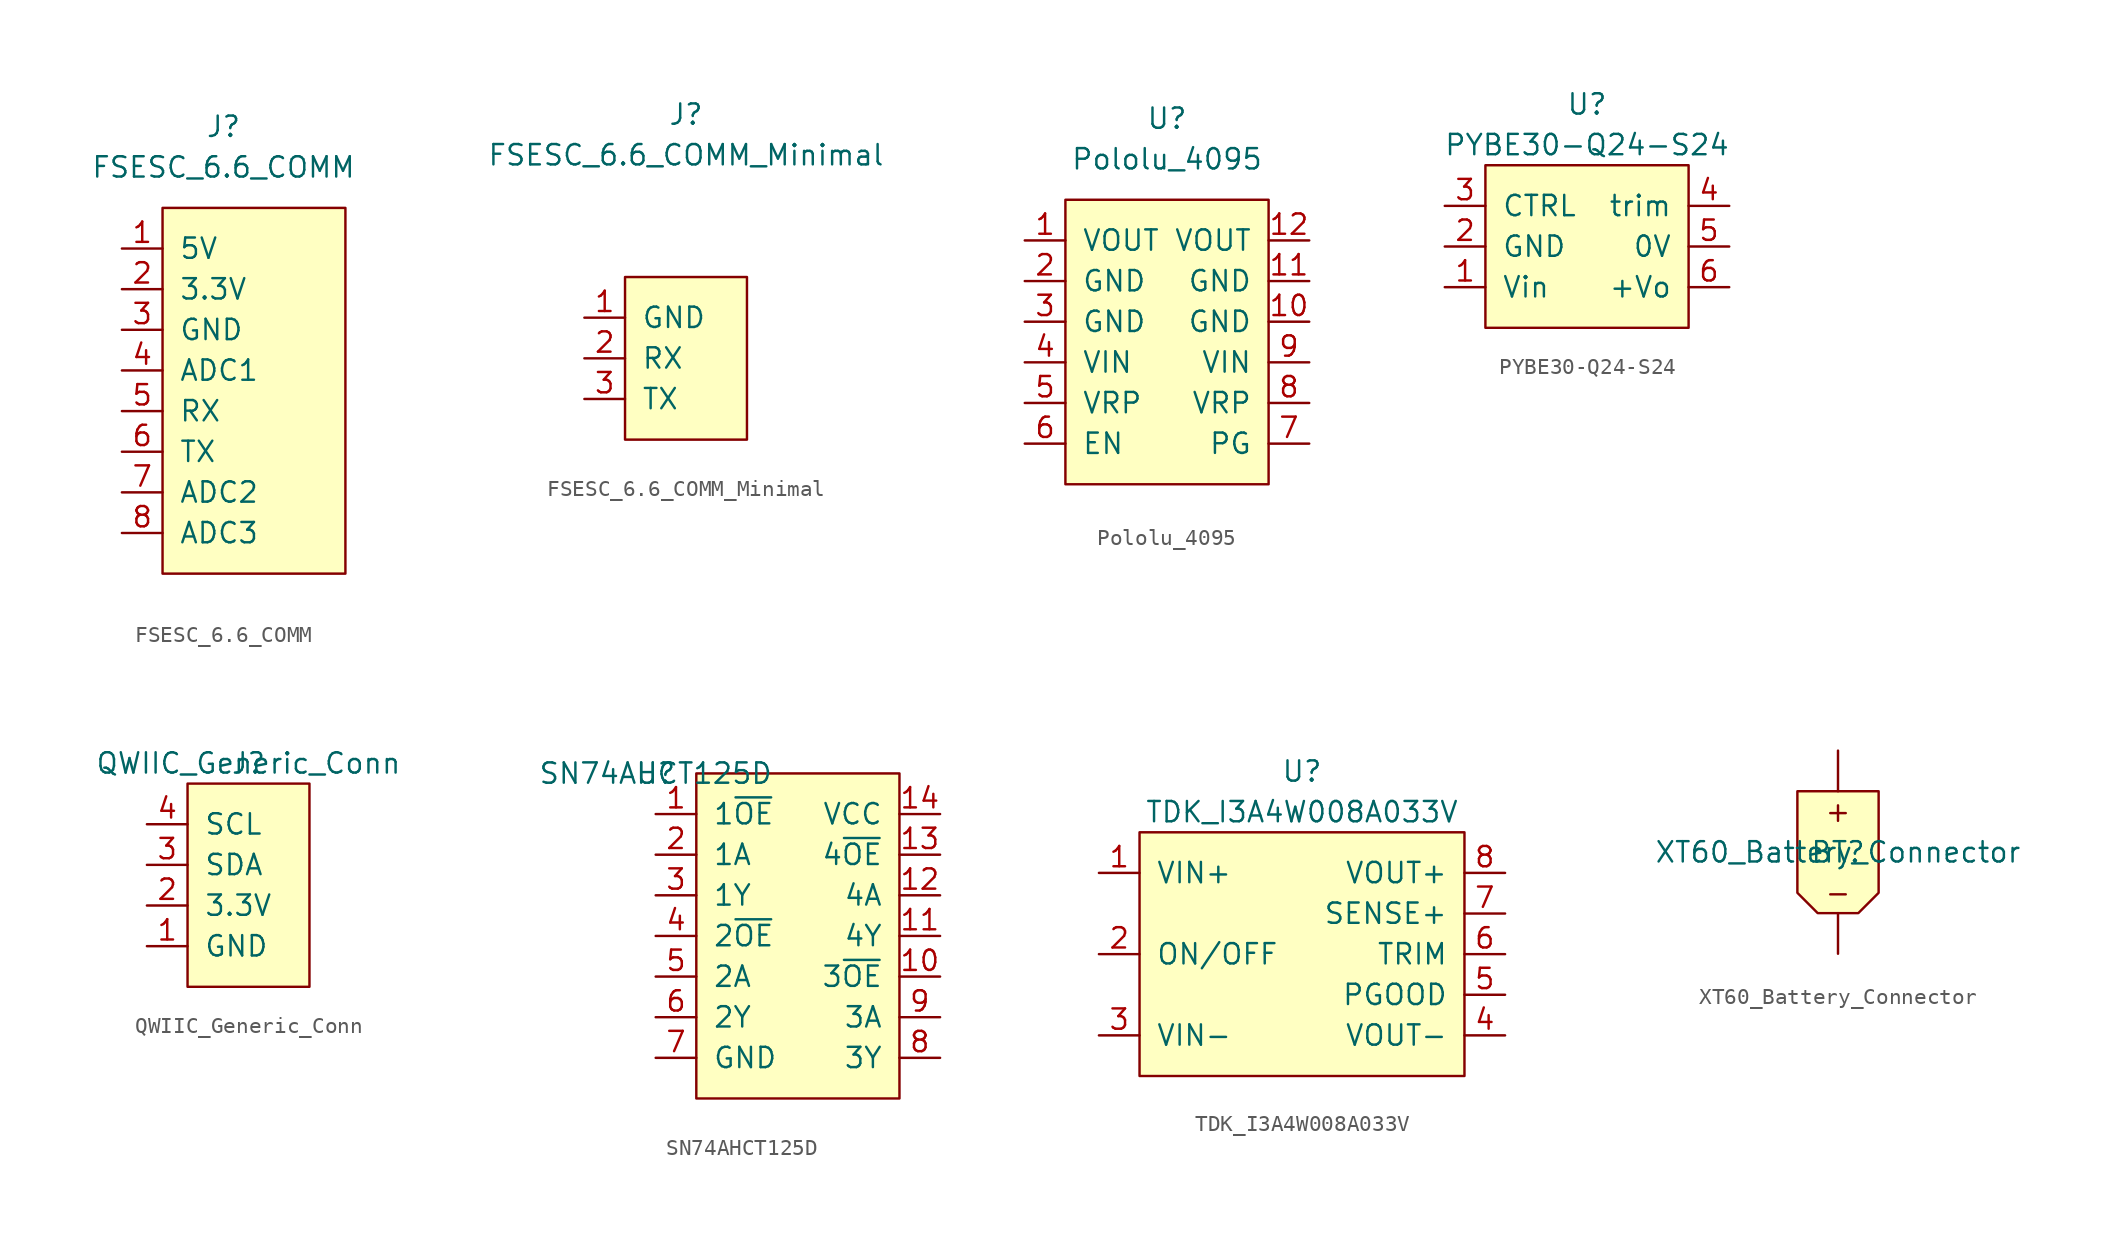
<source format=kicad_sym>
(kicad_symbol_lib
  (version 20211014)
  (generator kicad_symbol_editor)
  (symbol "FSESC_6.6_COMM"
    (pin_names
      (offset 1.016))
    (property "Reference" "J"
      (at 0 16.51 0)
      (effects (font (size 1.27 1.27))))
    (property "Value" "FSESC_6.6_COMM"
      (at 0 13.97 0)
      (effects (font (size 1.27 1.27))))
    (symbol "FSESC_6.6_COMM_0_1"
      (rectangle (start -3.81 11.43) (end 7.62 -11.43) (stroke (width 0) (type default) (color 0 0 0 0)) (fill (type background))))
    (symbol "FSESC_6.6_COMM_1_1"
      (pin input line (at -6.35 8.89 0) (length 2.54) (name "5V" (effects (font (size 1.27 1.27)))) (number "1" (effects (font (size 1.27 1.27)))))
      (pin input line (at -6.35 6.35 0) (length 2.54) (name "3.3V" (effects (font (size 1.27 1.27)))) (number "2" (effects (font (size 1.27 1.27)))))
      (pin input line (at -6.35 3.81 0) (length 2.54) (name "GND" (effects (font (size 1.27 1.27)))) (number "3" (effects (font (size 1.27 1.27)))))
      (pin input line (at -6.35 1.27 0) (length 2.54) (name "ADC1" (effects (font (size 1.27 1.27)))) (number "4" (effects (font (size 1.27 1.27)))))
      (pin input line (at -6.35 -1.27 0) (length 2.54) (name "RX" (effects (font (size 1.27 1.27)))) (number "5" (effects (font (size 1.27 1.27)))))
      (pin input line (at -6.35 -3.81 0) (length 2.54) (name "TX" (effects (font (size 1.27 1.27)))) (number "6" (effects (font (size 1.27 1.27)))))
      (pin input line (at -6.35 -6.35 0) (length 2.54) (name "ADC2" (effects (font (size 1.27 1.27)))) (number "7" (effects (font (size 1.27 1.27)))))
      (pin input line (at -6.35 -8.89 0) (length 2.54) (name "ADC3" (effects (font (size 1.27 1.27)))) (number "8" (effects (font (size 1.27 1.27)))))))
  (symbol "FSESC_6.6_COMM_Minimal"
    (pin_names
      (offset 1.016))
    (property "Reference" "J"
      (at 0 16.51 0)
      (effects (font (size 1.27 1.27))))
    (property "Value" "FSESC_6.6_COMM_Minimal"
      (at 0 13.97 0)
      (effects (font (size 1.27 1.27))))
    (symbol "FSESC_6.6_COMM_Minimal_0_1"
      (rectangle (start -3.81 6.35) (end 3.81 -3.81) (stroke (width 0) (type default) (color 0 0 0 0)) (fill (type background))))
    (symbol "FSESC_6.6_COMM_Minimal_1_1"
      (pin input line (at -6.35 3.81 0) (length 2.54) (name "GND" (effects (font (size 1.27 1.27)))) (number "1" (effects (font (size 1.27 1.27)))))
      (pin input line (at -6.35 1.27 0) (length 2.54) (name "RX" (effects (font (size 1.27 1.27)))) (number "2" (effects (font (size 1.27 1.27)))))
      (pin input line (at -6.35 -1.27 0) (length 2.54) (name "TX" (effects (font (size 1.27 1.27)))) (number "3" (effects (font (size 1.27 1.27)))))))
  (symbol "Pololu_4095"
    (pin_names
      (offset 1.016))
    (property "Reference" "U"
      (at 0 13.97 0)
      (effects (font (size 1.27 1.27))))
    (property "Value" "Pololu_4095"
      (at 0 11.43 0)
      (effects (font (size 1.27 1.27))))
    (symbol "Pololu_4095_0_1"
      (rectangle (start -6.35 8.89) (end 6.35 -8.89) (stroke (width 0) (type default) (color 0 0 0 0)) (fill (type background))))
    (symbol "Pololu_4095_1_1"
      (pin input line (at -8.89 6.35 0) (length 2.54) (name "VOUT" (effects (font (size 1.27 1.27)))) (number "1" (effects (font (size 1.27 1.27)))))
      (pin input line (at 8.89 1.27 180) (length 2.54) (name "GND" (effects (font (size 1.27 1.27)))) (number "10" (effects (font (size 1.27 1.27)))))
      (pin input line (at 8.89 3.81 180) (length 2.54) (name "GND" (effects (font (size 1.27 1.27)))) (number "11" (effects (font (size 1.27 1.27)))))
      (pin input line (at 8.89 6.35 180) (length 2.54) (name "VOUT" (effects (font (size 1.27 1.27)))) (number "12" (effects (font (size 1.27 1.27)))))
      (pin input line (at -8.89 3.81 0) (length 2.54) (name "GND" (effects (font (size 1.27 1.27)))) (number "2" (effects (font (size 1.27 1.27)))))
      (pin input line (at -8.89 1.27 0) (length 2.54) (name "GND" (effects (font (size 1.27 1.27)))) (number "3" (effects (font (size 1.27 1.27)))))
      (pin input line (at -8.89 -1.27 0) (length 2.54) (name "VIN" (effects (font (size 1.27 1.27)))) (number "4" (effects (font (size 1.27 1.27)))))
      (pin input line (at -8.89 -3.81 0) (length 2.54) (name "VRP" (effects (font (size 1.27 1.27)))) (number "5" (effects (font (size 1.27 1.27)))))
      (pin input line (at -8.89 -6.35 0) (length 2.54) (name "EN" (effects (font (size 1.27 1.27)))) (number "6" (effects (font (size 1.27 1.27)))))
      (pin input line (at 8.89 -6.35 180) (length 2.54) (name "PG" (effects (font (size 1.27 1.27)))) (number "7" (effects (font (size 1.27 1.27)))))
      (pin input line (at 8.89 -3.81 180) (length 2.54) (name "VRP" (effects (font (size 1.27 1.27)))) (number "8" (effects (font (size 1.27 1.27)))))
      (pin input line (at 8.89 -1.27 180) (length 2.54) (name "VIN" (effects (font (size 1.27 1.27)))) (number "9" (effects (font (size 1.27 1.27)))))))
  (symbol "PYBE30-Q24-S24"
    (pin_names
      (offset 1.016))
    (property "Reference" "U"
      (at 0 8.89 0)
      (effects (font (size 1.27 1.27))))
    (property "Value" "PYBE30-Q24-S24"
      (at 0 6.35 0)
      (effects (font (size 1.27 1.27))))
    (symbol "PYBE30-Q24-S24_0_1"
      (rectangle (start -6.35 5.08) (end 6.35 -5.08) (stroke (width 0) (type default) (color 0 0 0 0)) (fill (type background))))
    (symbol "PYBE30-Q24-S24_1_1"
      (pin input line (at -8.89 -2.54 0) (length 2.54) (name "Vin" (effects (font (size 1.27 1.27)))) (number "1" (effects (font (size 1.27 1.27)))))
      (pin input line (at -8.89 0 0) (length 2.54) (name "GND" (effects (font (size 1.27 1.27)))) (number "2" (effects (font (size 1.27 1.27)))))
      (pin input line (at -8.89 2.54 0) (length 2.54) (name "CTRL" (effects (font (size 1.27 1.27)))) (number "3" (effects (font (size 1.27 1.27)))))
      (pin input line (at 8.89 2.54 180) (length 2.54) (name "trim" (effects (font (size 1.27 1.27)))) (number "4" (effects (font (size 1.27 1.27)))))
      (pin input line (at 8.89 0 180) (length 2.54) (name "0V" (effects (font (size 1.27 1.27)))) (number "5" (effects (font (size 1.27 1.27)))))
      (pin input line (at 8.89 -2.54 180) (length 2.54) (name "+Vo" (effects (font (size 1.27 1.27)))) (number "6" (effects (font (size 1.27 1.27)))))))
  (symbol "QWIIC_Generic_Conn"
    (pin_names
      (offset 1.016))
    (property "Reference" "J"
      (at 0 0 0)
      (effects (font (size 1.27 1.27))))
    (property "Value" "QWIIC_Generic_Conn"
      (at 0 0 0)
      (effects (font (size 1.27 1.27))))
    (symbol "QWIIC_Generic_Conn_0_1"
      (rectangle (start -3.81 -1.27) (end 3.81 -13.97) (stroke (width 0) (type default) (color 0 0 0 0)) (fill (type background))))
    (symbol "QWIIC_Generic_Conn_1_1"
      (pin input line (at -6.35 -11.43 0) (length 2.54) (name "GND" (effects (font (size 1.27 1.27)))) (number "1" (effects (font (size 1.27 1.27)))))
      (pin input line (at -6.35 -8.89 0) (length 2.54) (name "3.3V" (effects (font (size 1.27 1.27)))) (number "2" (effects (font (size 1.27 1.27)))))
      (pin input line (at -6.35 -6.35 0) (length 2.54) (name "SDA" (effects (font (size 1.27 1.27)))) (number "3" (effects (font (size 1.27 1.27)))))
      (pin input line (at -6.35 -3.81 0) (length 2.54) (name "SCL" (effects (font (size 1.27 1.27)))) (number "4" (effects (font (size 1.27 1.27)))))))
  (symbol "SN74AHCT125D"
    (pin_names
      (offset 1.016))
    (property "Reference" "U"
      (at -8.89 10.16 0)
      (effects (font (size 1.27 1.27))))
    (property "Value" "SN74AHCT125D"
      (at -8.89 10.16 0)
      (effects (font (size 1.27 1.27))))
    (symbol "SN74AHCT125D_0_1"
      (rectangle (start -6.35 10.16) (end 6.35 -10.16) (stroke (width 0) (type default) (color 0 0 0 0)) (fill (type background))))
    (symbol "SN74AHCT125D_1_1"
      (pin input line (at -8.89 7.62 0) (length 2.54) (name "1~{OE}" (effects (font (size 1.27 1.27)))) (number "1" (effects (font (size 1.27 1.27)))))
      (pin input line (at 8.89 -2.54 180) (length 2.54) (name "3~{OE}" (effects (font (size 1.27 1.27)))) (number "10" (effects (font (size 1.27 1.27)))))
      (pin input line (at 8.89 0 180) (length 2.54) (name "4Y" (effects (font (size 1.27 1.27)))) (number "11" (effects (font (size 1.27 1.27)))))
      (pin input line (at 8.89 2.54 180) (length 2.54) (name "4A" (effects (font (size 1.27 1.27)))) (number "12" (effects (font (size 1.27 1.27)))))
      (pin input line (at 8.89 5.08 180) (length 2.54) (name "4~{OE}" (effects (font (size 1.27 1.27)))) (number "13" (effects (font (size 1.27 1.27)))))
      (pin input line (at 8.89 7.62 180) (length 2.54) (name "VCC" (effects (font (size 1.27 1.27)))) (number "14" (effects (font (size 1.27 1.27)))))
      (pin input line (at -8.89 5.08 0) (length 2.54) (name "1A" (effects (font (size 1.27 1.27)))) (number "2" (effects (font (size 1.27 1.27)))))
      (pin input line (at -8.89 2.54 0) (length 2.54) (name "1Y" (effects (font (size 1.27 1.27)))) (number "3" (effects (font (size 1.27 1.27)))))
      (pin input line (at -8.89 0 0) (length 2.54) (name "2~{OE}" (effects (font (size 1.27 1.27)))) (number "4" (effects (font (size 1.27 1.27)))))
      (pin input line (at -8.89 -2.54 0) (length 2.54) (name "2A" (effects (font (size 1.27 1.27)))) (number "5" (effects (font (size 1.27 1.27)))))
      (pin input line (at -8.89 -5.08 0) (length 2.54) (name "2Y" (effects (font (size 1.27 1.27)))) (number "6" (effects (font (size 1.27 1.27)))))
      (pin input line (at -8.89 -7.62 0) (length 2.54) (name "GND" (effects (font (size 1.27 1.27)))) (number "7" (effects (font (size 1.27 1.27)))))
      (pin input line (at 8.89 -7.62 180) (length 2.54) (name "3Y" (effects (font (size 1.27 1.27)))) (number "8" (effects (font (size 1.27 1.27)))))
      (pin input line (at 8.89 -5.08 180) (length 2.54) (name "3A" (effects (font (size 1.27 1.27)))) (number "9" (effects (font (size 1.27 1.27)))))))
  (symbol "TDK_I3A4W008A033V"
    (pin_names
      (offset 1.016))
    (property "Reference" "U"
      (at 0 11.43 0)
      (effects (font (size 1.27 1.27))))
    (property "Value" "TDK_I3A4W008A033V"
      (at 0 8.89 0)
      (effects (font (size 1.27 1.27))))
    (symbol "TDK_I3A4W008A033V_0_1"
      (rectangle (start -10.16 7.62) (end 10.16 -7.62) (stroke (width 0) (type default) (color 0 0 0 0)) (fill (type background))))
    (symbol "TDK_I3A4W008A033V_1_1"
      (pin input line (at -12.7 5.08 0) (length 2.54) (name "VIN+" (effects (font (size 1.27 1.27)))) (number "1" (effects (font (size 1.27 1.27)))))
      (pin input line (at -12.7 0 0) (length 2.54) (name "ON/OFF" (effects (font (size 1.27 1.27)))) (number "2" (effects (font (size 1.27 1.27)))))
      (pin input line (at -12.7 -5.08 0) (length 2.54) (name "VIN-" (effects (font (size 1.27 1.27)))) (number "3" (effects (font (size 1.27 1.27)))))
      (pin input line (at 12.7 -5.08 180) (length 2.54) (name "VOUT-" (effects (font (size 1.27 1.27)))) (number "4" (effects (font (size 1.27 1.27)))))
      (pin input line (at 12.7 -2.54 180) (length 2.54) (name "PGOOD" (effects (font (size 1.27 1.27)))) (number "5" (effects (font (size 1.27 1.27)))))
      (pin input line (at 12.7 0 180) (length 2.54) (name "TRIM" (effects (font (size 1.27 1.27)))) (number "6" (effects (font (size 1.27 1.27)))))
      (pin input line (at 12.7 2.54 180) (length 2.54) (name "SENSE+" (effects (font (size 1.27 1.27)))) (number "7" (effects (font (size 1.27 1.27)))))
      (pin input line (at 12.7 5.08 180) (length 2.54) (name "VOUT+" (effects (font (size 1.27 1.27)))) (number "8" (effects (font (size 1.27 1.27)))))))
  (symbol "XT60_Battery_Connector"
    (pin_numbers hide)
    (pin_names
      (offset 1.016) hide)
    (property "Reference" "BT"
      (at 0 0 0)
      (effects (font (size 1.27 1.27))))
    (property "Value" "XT60_Battery_Connector"
      (at 0 0 0)
      (effects (font (size 1.27 1.27))))
    (symbol "XT60_Battery_Connector_0_0"
      (text "+" (at 0 2.54 0) (effects (font (size 1.27 1.27))))
      (text "-" (at 0 -2.54 0) (effects (font (size 1.27 1.27)))))
    (symbol "XT60_Battery_Connector_0_1"
      (polyline (pts (xy -2.54 3.81) (xy 2.54 3.81) (xy 2.54 -2.54) (xy 1.27 -3.81) (xy -1.27 -3.81) (xy -2.54 -2.54) (xy -2.54 3.81)) (stroke (width 0) (type default) (color 0 0 0 0)) (fill (type background))))
    (symbol "XT60_Battery_Connector_1_1"
      (pin input line (at 0 -6.35 90) (length 2.54) (name "Neg" (effects (font (size 1.27 1.27)))) (number "1" (effects (font (size 1.27 1.27)))))
      (pin input line (at 0 6.35 270) (length 2.54) (name "Pos" (effects (font (size 1.27 1.27)))) (number "2" (effects (font (size 1.27 1.27))))))))
</source>
